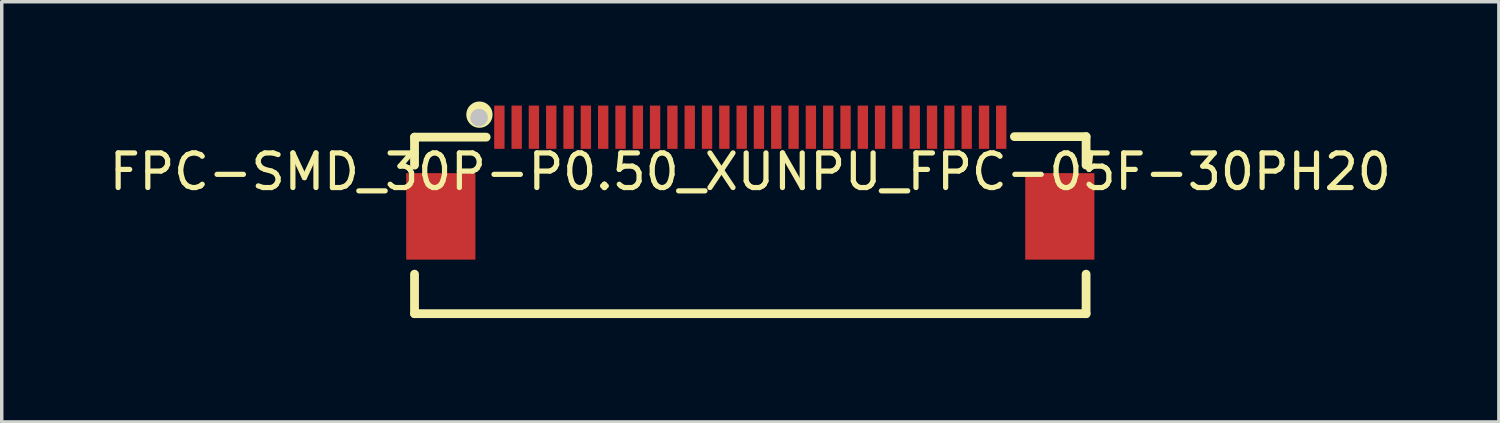
<source format=kicad_pcb>
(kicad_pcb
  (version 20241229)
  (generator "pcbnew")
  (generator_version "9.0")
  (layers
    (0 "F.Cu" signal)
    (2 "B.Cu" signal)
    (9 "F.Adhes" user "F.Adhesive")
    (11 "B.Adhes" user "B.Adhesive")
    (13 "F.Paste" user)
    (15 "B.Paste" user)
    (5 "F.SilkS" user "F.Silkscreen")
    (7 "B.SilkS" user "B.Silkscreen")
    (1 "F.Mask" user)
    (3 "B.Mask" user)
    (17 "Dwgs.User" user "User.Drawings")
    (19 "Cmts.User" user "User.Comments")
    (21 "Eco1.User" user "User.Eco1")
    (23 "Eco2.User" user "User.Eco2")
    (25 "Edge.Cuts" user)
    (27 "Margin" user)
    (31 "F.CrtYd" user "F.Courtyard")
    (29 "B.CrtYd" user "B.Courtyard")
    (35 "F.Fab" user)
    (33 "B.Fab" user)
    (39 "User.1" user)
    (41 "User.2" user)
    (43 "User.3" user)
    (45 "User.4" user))
  (footprint "FPC-SMD_30P-P0.50_XUNPU_FPC-05F-30PH20"
    (layer "F.Cu")
    (at 18.625 1.913)
    (property "Reference" "FPC-SMD_30P-P0.50_XUNPU_FPC-05F-30PH20" (at 0 0 0) (layer "F.SilkS") (effects (font (size 1 1) (thickness 0.15))))
    (fp_line (start -9.7 -1.001) (end -7.63 -1.001) (stroke (width 0.254) (type default)) (layer "F.SilkS"))
    (fp_line (start -9.7 -0.193) (end -9.7 -1.001) (stroke (width 0.254) (type default)) (layer "F.SilkS"))
    (fp_line (start -9.7 4.099) (end -9.7 2.957) (stroke (width 0.254) (type default)) (layer "F.SilkS"))
    (fp_line (start -9.7 4.099) (end 9.7 4.099) (stroke (width 0.254) (type default)) (layer "F.SilkS"))
    (fp_line (start 9.7 -1.016) (end 7.63 -1.016) (stroke (width 0.254) (type default)) (layer "F.SilkS"))
    (fp_line (start 9.7 -0.193) (end 9.7 -1.016) (stroke (width 0.254) (type default)) (layer "F.SilkS"))
    (fp_line (start 9.7 4.099) (end 9.7 2.957) (stroke (width 0.254) (type default)) (layer "F.SilkS"))
    (fp_circle (center -7.825 -1.651) (end -7.699 -1.651) (stroke (width 0.254) (type default)) (fill no) (layer "F.SilkS"))
    (fp_circle (center -7.836 -1.565) (end -7.709 -1.565) (stroke (width 0.254) (type default)) (fill no) (layer "Dwgs.User"))
    (fp_poly (pts (xy -9.69 0.389) (xy -8.189 0.389) (xy -8.189 2.187) (xy -9.69 2.187)) (stroke (width 0.1) (type default)) (fill no) (layer "User.1"))
    (fp_poly (pts (xy -7.351 -1.509) (xy -7.15 -1.509) (xy -7.15 -0.81) (xy -7.351 -0.81)) (stroke (width 0.1) (type default)) (fill no) (layer "User.1"))
    (fp_poly (pts (xy -6.851 -1.509) (xy -6.649 -1.509) (xy -6.649 -0.81) (xy -6.851 -0.81)) (stroke (width 0.1) (type default)) (fill no) (layer "User.1"))
    (fp_poly (pts (xy -6.35 -1.509) (xy -6.149 -1.509) (xy -6.149 -0.81) (xy -6.35 -0.81)) (stroke (width 0.1) (type default)) (fill no) (layer "User.1"))
    (fp_poly (pts (xy -5.849 -1.509) (xy -5.649 -1.509) (xy -5.649 -0.81) (xy -5.849 -0.81)) (stroke (width 0.1) (type default)) (fill no) (layer "User.1"))
    (fp_poly (pts (xy -5.349 -1.509) (xy -5.149 -1.509) (xy -5.149 -0.81) (xy -5.349 -0.81)) (stroke (width 0.1) (type default)) (fill no) (layer "User.1"))
    (fp_poly (pts (xy -4.849 -1.509) (xy -4.651 -1.509) (xy -4.651 -0.81) (xy -4.849 -0.81)) (stroke (width 0.1) (type default)) (fill no) (layer "User.1"))
    (fp_poly (pts (xy -4.351 -1.509) (xy -4.151 -1.509) (xy -4.151 -0.81) (xy -4.351 -0.81)) (stroke (width 0.1) (type default)) (fill no) (layer "User.1"))
    (fp_poly (pts (xy -3.85 -1.509) (xy -3.65 -1.509) (xy -3.65 -0.81) (xy -3.85 -0.81)) (stroke (width 0.1) (type default)) (fill no) (layer "User.1"))
    (fp_poly (pts (xy -3.35 -1.509) (xy -3.15 -1.509) (xy -3.15 -0.81) (xy -3.35 -0.81)) (stroke (width 0.1) (type default)) (fill no) (layer "User.1"))
    (fp_poly (pts (xy -2.85 -1.509) (xy -2.649 -1.509) (xy -2.649 -0.81) (xy -2.85 -0.81)) (stroke (width 0.1) (type default)) (fill no) (layer "User.1"))
    (fp_poly (pts (xy -2.349 -1.509) (xy -2.149 -1.509) (xy -2.149 -0.81) (xy -2.349 -0.81)) (stroke (width 0.1) (type default)) (fill no) (layer "User.1"))
    (fp_poly (pts (xy -1.849 -1.509) (xy -1.651 -1.509) (xy -1.651 -0.81) (xy -1.849 -0.81)) (stroke (width 0.1) (type default)) (fill no) (layer "User.1"))
    (fp_poly (pts (xy -1.349 -1.509) (xy -1.151 -1.509) (xy -1.151 -0.81) (xy -1.349 -0.81)) (stroke (width 0.1) (type default)) (fill no) (layer "User.1"))
    (fp_poly (pts (xy -0.851 -1.509) (xy -0.65 -1.509) (xy -0.65 -0.81) (xy -0.851 -0.81)) (stroke (width 0.1) (type default)) (fill no) (layer "User.1"))
    (fp_poly (pts (xy -0.35 -1.509) (xy -0.15 -1.509) (xy -0.15 -0.81) (xy -0.35 -0.81)) (stroke (width 0.1) (type default)) (fill no) (layer "User.1"))
    (fp_poly (pts (xy 0.15 -1.509) (xy 0.35 -1.509) (xy 0.35 -0.81) (xy 0.15 -0.81)) (stroke (width 0.1) (type default)) (fill no) (layer "User.1"))
    (fp_poly (pts (xy 0.65 -1.509) (xy 0.851 -1.509) (xy 0.851 -0.81) (xy 0.65 -0.81)) (stroke (width 0.1) (type default)) (fill no) (layer "User.1"))
    (fp_poly (pts (xy 1.151 -1.509) (xy 1.351 -1.509) (xy 1.351 -0.81) (xy 1.151 -0.81)) (stroke (width 0.1) (type default)) (fill no) (layer "User.1"))
    (fp_poly (pts (xy 1.651 -1.509) (xy 1.849 -1.509) (xy 1.849 -0.81) (xy 1.651 -0.81)) (stroke (width 0.1) (type default)) (fill no) (layer "User.1"))
    (fp_poly (pts (xy 2.149 -1.509) (xy 2.349 -1.509) (xy 2.349 -0.81) (xy 2.149 -0.81)) (stroke (width 0.1) (type default)) (fill no) (layer "User.1"))
    (fp_poly (pts (xy 2.649 -1.509) (xy 2.85 -1.509) (xy 2.85 -0.81) (xy 2.649 -0.81)) (stroke (width 0.1) (type default)) (fill no) (layer "User.1"))
    (fp_poly (pts (xy 3.15 -1.509) (xy 3.35 -1.509) (xy 3.35 -0.81) (xy 3.15 -0.81)) (stroke (width 0.1) (type default)) (fill no) (layer "User.1"))
    (fp_poly (pts (xy 3.65 -1.509) (xy 3.85 -1.509) (xy 3.85 -0.81) (xy 3.65 -0.81)) (stroke (width 0.1) (type default)) (fill no) (layer "User.1"))
    (fp_poly (pts (xy 4.151 -1.509) (xy 4.351 -1.509) (xy 4.351 -0.81) (xy 4.151 -0.81)) (stroke (width 0.1) (type default)) (fill no) (layer "User.1"))
    (fp_poly (pts (xy 4.651 -1.509) (xy 4.851 -1.509) (xy 4.851 -0.81) (xy 4.651 -0.81)) (stroke (width 0.1) (type default)) (fill no) (layer "User.1"))
    (fp_poly (pts (xy 5.151 -1.509) (xy 5.349 -1.509) (xy 5.349 -0.81) (xy 5.151 -0.81)) (stroke (width 0.1) (type default)) (fill no) (layer "User.1"))
    (fp_poly (pts (xy 5.649 -1.509) (xy 5.849 -1.509) (xy 5.849 -0.81) (xy 5.649 -0.81)) (stroke (width 0.1) (type default)) (fill no) (layer "User.1"))
    (fp_poly (pts (xy 6.149 -1.509) (xy 6.35 -1.509) (xy 6.35 -0.81) (xy 6.149 -0.81)) (stroke (width 0.1) (type default)) (fill no) (layer "User.1"))
    (fp_poly (pts (xy 6.649 -1.509) (xy 6.851 -1.509) (xy 6.851 -0.81) (xy 6.649 -0.81)) (stroke (width 0.1) (type default)) (fill no) (layer "User.1"))
    (fp_poly (pts (xy 7.15 -1.509) (xy 7.351 -1.509) (xy 7.351 -0.81) (xy 7.15 -0.81)) (stroke (width 0.1) (type default)) (fill no) (layer "User.1"))
    (fp_poly (pts (xy 8.189 0.389) (xy 9.69 0.389) (xy 9.69 2.187) (xy 8.189 2.187)) (stroke (width 0.1) (type default)) (fill no) (layer "User.1"))
    (fp_line (start -9.7 -1.008) (end 9.7 -1.008) (stroke (width 0.051) (type default)) (layer "User.2"))
    (fp_line (start -9.7 4.112) (end -9.7 -1.008) (stroke (width 0.051) (type default)) (layer "User.2"))
    (fp_line (start 9.7 -1.008) (end 9.7 4.112) (stroke (width 0.051) (type default)) (layer "User.2"))
    (fp_line (start 9.7 4.112) (end -9.7 4.112) (stroke (width 0.051) (type default)) (layer "User.2"))
    (fp_poly (pts (xy -9.639 -1.509) (xy -9.657 -1.552) (xy -9.7 -1.57) (xy -9.744 -1.552) (xy -9.761 -1.509) (xy -9.744 -1.466) (xy -9.7 -1.448) (xy -9.657 -1.466)) (stroke (width 0.1) (type default)) (fill no) (layer "User.3"))
    (pad "1" smd rect (at -7.249 -1.288) (size 0.299 1.25) (layers "F.Cu" "F.Mask" "F.Paste"))
    (pad "2" smd rect (at -6.749 -1.288) (size 0.299 1.25) (layers "F.Cu" "F.Mask" "F.Paste"))
    (pad "3" smd rect (at -6.251 -1.288) (size 0.299 1.25) (layers "F.Cu" "F.Mask" "F.Paste"))
    (pad "4" smd rect (at -5.75 -1.288) (size 0.299 1.25) (layers "F.Cu" "F.Mask" "F.Paste"))
    (pad "5" smd rect (at -5.25 -1.288) (size 0.299 1.25) (layers "F.Cu" "F.Mask" "F.Paste"))
    (pad "6" smd rect (at -4.75 -1.288) (size 0.299 1.25) (layers "F.Cu" "F.Mask" "F.Paste"))
    (pad "7" smd rect (at -4.25 -1.288) (size 0.299 1.25) (layers "F.Cu" "F.Mask" "F.Paste"))
    (pad "8" smd rect (at -3.749 -1.288) (size 0.299 1.25) (layers "F.Cu" "F.Mask" "F.Paste"))
    (pad "9" smd rect (at -3.248 -1.288) (size 0.299 1.25) (layers "F.Cu" "F.Mask" "F.Paste"))
    (pad "10" smd rect (at -2.751 -1.288) (size 0.299 1.25) (layers "F.Cu" "F.Mask" "F.Paste"))
    (pad "11" smd rect (at -2.251 -1.288) (size 0.299 1.25) (layers "F.Cu" "F.Mask" "F.Paste"))
    (pad "12" smd rect (at -1.75 -1.288) (size 0.299 1.25) (layers "F.Cu" "F.Mask" "F.Paste"))
    (pad "13" smd rect (at -1.25 -1.288) (size 0.299 1.25) (layers "F.Cu" "F.Mask" "F.Paste"))
    (pad "14" smd rect (at -0.75 -1.288) (size 0.299 1.25) (layers "F.Cu" "F.Mask" "F.Paste"))
    (pad "15" smd rect (at -0.249 -1.288) (size 0.299 1.25) (layers "F.Cu" "F.Mask" "F.Paste"))
    (pad "16" smd rect (at 0.249 -1.288) (size 0.299 1.25) (layers "F.Cu" "F.Mask" "F.Paste"))
    (pad "17" smd rect (at 0.75 -1.288) (size 0.299 1.25) (layers "F.Cu" "F.Mask" "F.Paste"))
    (pad "18" smd rect (at 1.25 -1.288) (size 0.299 1.25) (layers "F.Cu" "F.Mask" "F.Paste"))
    (pad "19" smd rect (at 1.75 -1.288) (size 0.299 1.25) (layers "F.Cu" "F.Mask" "F.Paste"))
    (pad "20" smd rect (at 2.251 -1.288) (size 0.299 1.25) (layers "F.Cu" "F.Mask" "F.Paste"))
    (pad "21" smd rect (at 2.751 -1.288) (size 0.299 1.25) (layers "F.Cu" "F.Mask" "F.Paste"))
    (pad "22" smd rect (at 3.251 -1.288) (size 0.299 1.25) (layers "F.Cu" "F.Mask" "F.Paste"))
    (pad "23" smd rect (at 3.749 -1.288) (size 0.299 1.25) (layers "F.Cu" "F.Mask" "F.Paste"))
    (pad "24" smd rect (at 4.25 -1.288) (size 0.299 1.25) (layers "F.Cu" "F.Mask" "F.Paste"))
    (pad "25" smd rect (at 4.75 -1.288) (size 0.299 1.25) (layers "F.Cu" "F.Mask" "F.Paste"))
    (pad "26" smd rect (at 5.25 -1.288) (size 0.299 1.25) (layers "F.Cu" "F.Mask" "F.Paste"))
    (pad "27" smd rect (at 5.75 -1.288) (size 0.299 1.25) (layers "F.Cu" "F.Mask" "F.Paste"))
    (pad "28" smd rect (at 6.251 -1.288) (size 0.299 1.25) (layers "F.Cu" "F.Mask" "F.Paste"))
    (pad "29" smd rect (at 6.752 -1.288) (size 0.299 1.25) (layers "F.Cu" "F.Mask" "F.Paste"))
    (pad "30" smd rect (at 7.249 -1.288) (size 0.299 1.25) (layers "F.Cu" "F.Mask" "F.Paste"))
    (pad "31" smd rect (at 8.941 1.288) (size 1.999 2.499) (layers "F.Cu" "F.Mask" "F.Paste"))
    (pad "32" smd rect (at -8.941 1.288) (size 1.999 2.499) (layers "F.Cu" "F.Mask" "F.Paste")))
  (gr_rect
    (start -3 -3)
    (end 40.25 9.139)
    (stroke (width 0.1) (type default))
    (fill no)
    (layer "Edge.Cuts")))
</source>
